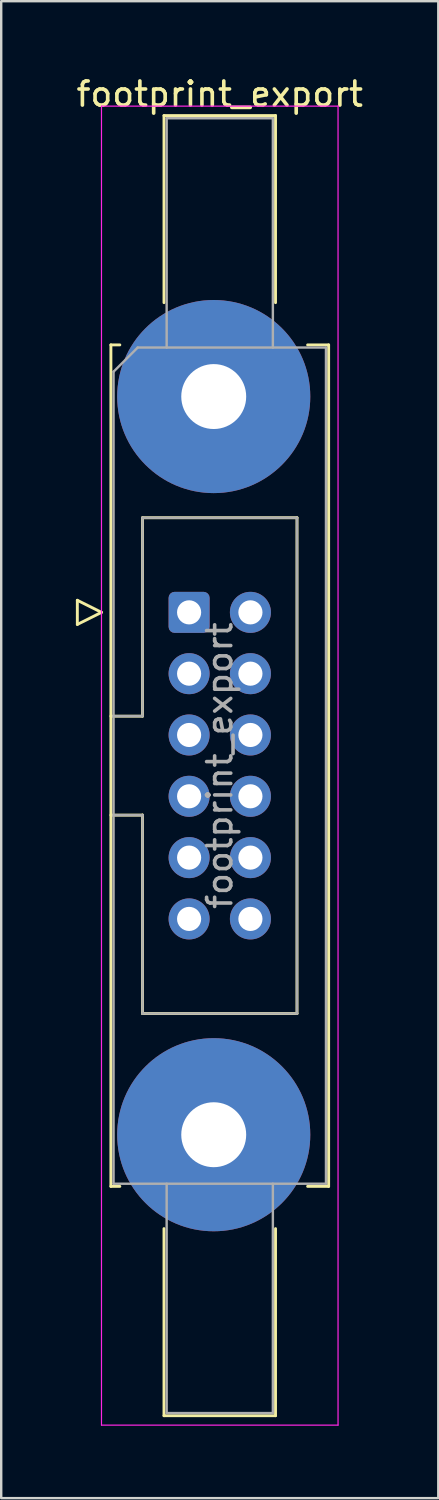
<source format=kicad_pcb>
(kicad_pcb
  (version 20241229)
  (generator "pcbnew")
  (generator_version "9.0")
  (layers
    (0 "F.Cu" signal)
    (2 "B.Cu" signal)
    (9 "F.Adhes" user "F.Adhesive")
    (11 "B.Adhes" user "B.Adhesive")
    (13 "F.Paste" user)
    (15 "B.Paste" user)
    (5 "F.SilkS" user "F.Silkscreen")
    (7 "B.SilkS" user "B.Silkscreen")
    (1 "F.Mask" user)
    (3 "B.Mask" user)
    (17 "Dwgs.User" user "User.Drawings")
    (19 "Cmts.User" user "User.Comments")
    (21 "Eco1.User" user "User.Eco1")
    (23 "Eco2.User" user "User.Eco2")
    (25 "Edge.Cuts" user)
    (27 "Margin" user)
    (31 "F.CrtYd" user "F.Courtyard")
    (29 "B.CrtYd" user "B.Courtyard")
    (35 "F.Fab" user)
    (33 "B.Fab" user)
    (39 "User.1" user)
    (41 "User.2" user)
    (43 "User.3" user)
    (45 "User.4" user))
  (footprint "footprint_export"
    (layer "F.Cu")
    (at 4.784 22.318)
    (property "Reference" "footprint_export" (at 1.27 -21.47 0) (layer "F.SilkS") (effects (font (size 1 1) (thickness 0.15))))
    (attr through_hole)
    (fp_line (start -4.63 -0.5) (end -4.63 0.5) (stroke (width 0.12) (type solid)) (layer "F.SilkS"))
    (fp_line (start -4.63 0.5) (end -3.63 0) (stroke (width 0.12) (type solid)) (layer "F.SilkS"))
    (fp_line (start -3.63 0) (end -4.63 -0.5) (stroke (width 0.12) (type solid)) (layer "F.SilkS"))
    (fp_line (start -3.24 -11.08) (end -3.24 23.78) (stroke (width 0.12) (type solid)) (layer "F.SilkS"))
    (fp_line (start -3.24 4.3) (end -1.93 4.3) (stroke (width 0.12) (type solid)) (layer "F.SilkS"))
    (fp_line (start -3.24 23.78) (end -2.87 23.78) (stroke (width 0.12) (type solid)) (layer "F.SilkS"))
    (fp_line (start -2.87 -11.08) (end -3.24 -11.08) (stroke (width 0.12) (type solid)) (layer "F.SilkS"))
    (fp_line (start -1.93 -3.92) (end 4.47 -3.92) (stroke (width 0.12) (type solid)) (layer "F.SilkS"))
    (fp_line (start -1.93 4.3) (end -1.93 -3.92) (stroke (width 0.12) (type solid)) (layer "F.SilkS"))
    (fp_line (start -1.93 8.4) (end -3.24 8.4) (stroke (width 0.12) (type solid)) (layer "F.SilkS"))
    (fp_line (start -1.93 8.4) (end -1.93 8.4) (stroke (width 0.12) (type solid)) (layer "F.SilkS"))
    (fp_line (start -1.93 16.62) (end -1.93 8.4) (stroke (width 0.12) (type solid)) (layer "F.SilkS"))
    (fp_line (start -1.04 -20.58) (end 3.58 -20.58) (stroke (width 0.12) (type solid)) (layer "F.SilkS"))
    (fp_line (start -1.04 -12.83) (end -1.04 -20.58) (stroke (width 0.12) (type solid)) (layer "F.SilkS"))
    (fp_line (start -1.04 25.53) (end -1.04 33.28) (stroke (width 0.12) (type solid)) (layer "F.SilkS"))
    (fp_line (start -1.04 33.28) (end 3.58 33.28) (stroke (width 0.12) (type solid)) (layer "F.SilkS"))
    (fp_line (start 3.58 -20.58) (end 3.58 -12.83) (stroke (width 0.12) (type solid)) (layer "F.SilkS"))
    (fp_line (start 3.58 33.28) (end 3.58 25.53) (stroke (width 0.12) (type solid)) (layer "F.SilkS"))
    (fp_line (start 4.47 -3.92) (end 4.47 16.62) (stroke (width 0.12) (type solid)) (layer "F.SilkS"))
    (fp_line (start 4.47 16.62) (end -1.93 16.62) (stroke (width 0.12) (type solid)) (layer "F.SilkS"))
    (fp_line (start 4.91 -11.08) (end 5.78 -11.08) (stroke (width 0.12) (type solid)) (layer "F.SilkS"))
    (fp_line (start 5.78 -11.08) (end 5.78 23.78) (stroke (width 0.12) (type solid)) (layer "F.SilkS"))
    (fp_line (start 5.78 23.78) (end 4.91 23.78) (stroke (width 0.12) (type solid)) (layer "F.SilkS"))
    (fp_line (start -3.63 -20.97) (end -3.63 33.67) (stroke (width 0.05) (type solid)) (layer "F.CrtYd"))
    (fp_line (start -3.63 33.67) (end 6.17 33.67) (stroke (width 0.05) (type solid)) (layer "F.CrtYd"))
    (fp_line (start 6.17 -20.97) (end -3.63 -20.97) (stroke (width 0.05) (type solid)) (layer "F.CrtYd"))
    (fp_line (start 6.17 33.67) (end 6.17 -20.97) (stroke (width 0.05) (type solid)) (layer "F.CrtYd"))
    (fp_line (start -3.13 -9.97) (end -2.13 -10.97) (stroke (width 0.1) (type solid)) (layer "F.Fab"))
    (fp_line (start -3.13 4.3) (end -1.93 4.3) (stroke (width 0.1) (type solid)) (layer "F.Fab"))
    (fp_line (start -3.13 23.67) (end -3.13 -9.97) (stroke (width 0.1) (type solid)) (layer "F.Fab"))
    (fp_line (start -2.13 -10.97) (end 5.67 -10.97) (stroke (width 0.1) (type solid)) (layer "F.Fab"))
    (fp_line (start -1.93 -3.92) (end 4.47 -3.92) (stroke (width 0.1) (type solid)) (layer "F.Fab"))
    (fp_line (start -1.93 4.3) (end -1.93 -3.92) (stroke (width 0.1) (type solid)) (layer "F.Fab"))
    (fp_line (start -1.93 8.4) (end -3.13 8.4) (stroke (width 0.1) (type solid)) (layer "F.Fab"))
    (fp_line (start -1.93 8.4) (end -1.93 8.4) (stroke (width 0.1) (type solid)) (layer "F.Fab"))
    (fp_line (start -1.93 16.62) (end -1.93 8.4) (stroke (width 0.1) (type solid)) (layer "F.Fab"))
    (fp_line (start -0.93 -20.47) (end 3.47 -20.47) (stroke (width 0.1) (type solid)) (layer "F.Fab"))
    (fp_line (start -0.93 -10.97) (end -0.93 -20.47) (stroke (width 0.1) (type solid)) (layer "F.Fab"))
    (fp_line (start -0.93 23.67) (end -0.93 33.17) (stroke (width 0.1) (type solid)) (layer "F.Fab"))
    (fp_line (start -0.93 33.17) (end 3.47 33.17) (stroke (width 0.1) (type solid)) (layer "F.Fab"))
    (fp_line (start 3.47 -20.47) (end 3.47 -10.97) (stroke (width 0.1) (type solid)) (layer "F.Fab"))
    (fp_line (start 3.47 33.17) (end 3.47 23.67) (stroke (width 0.1) (type solid)) (layer "F.Fab"))
    (fp_line (start 4.47 -3.92) (end 4.47 16.62) (stroke (width 0.1) (type solid)) (layer "F.Fab"))
    (fp_line (start 4.47 16.62) (end -1.93 16.62) (stroke (width 0.1) (type solid)) (layer "F.Fab"))
    (fp_line (start 5.67 -10.97) (end 5.67 23.67) (stroke (width 0.1) (type solid)) (layer "F.Fab"))
    (fp_line (start 5.67 23.67) (end -3.13 23.67) (stroke (width 0.1) (type solid)) (layer "F.Fab"))
    (fp_text user "${REFERENCE}" (at 1.27 6.35 90) (layer "F.Fab") (effects (font (size 1 1) (thickness 0.15))))
    (pad "1" thru_hole roundrect (at 0 0) (size 1.7 1.7) (drill 1) (layers "*.Cu" "*.Mask") (roundrect_rratio 0.147))
    (pad "2" thru_hole circle (at 2.54 0) (size 1.7 1.7) (drill 1) (layers "*.Cu" "*.Mask"))
    (pad "3" thru_hole circle (at 0 2.54) (size 1.7 1.7) (drill 1) (layers "*.Cu" "*.Mask"))
    (pad "4" thru_hole circle (at 2.54 2.54) (size 1.7 1.7) (drill 1) (layers "*.Cu" "*.Mask"))
    (pad "5" thru_hole circle (at 0 5.08) (size 1.7 1.7) (drill 1) (layers "*.Cu" "*.Mask"))
    (pad "6" thru_hole circle (at 2.54 5.08) (size 1.7 1.7) (drill 1) (layers "*.Cu" "*.Mask"))
    (pad "7" thru_hole circle (at 0 7.62) (size 1.7 1.7) (drill 1) (layers "*.Cu" "*.Mask"))
    (pad "8" thru_hole circle (at 2.54 7.62) (size 1.7 1.7) (drill 1) (layers "*.Cu" "*.Mask"))
    (pad "9" thru_hole circle (at 0 10.16) (size 1.7 1.7) (drill 1) (layers "*.Cu" "*.Mask"))
    (pad "10" thru_hole circle (at 2.54 10.16) (size 1.7 1.7) (drill 1) (layers "*.Cu" "*.Mask"))
    (pad "11" thru_hole circle (at 0 12.7) (size 1.7 1.7) (drill 1) (layers "*.Cu" "*.Mask"))
    (pad "12" thru_hole circle (at 2.54 12.7) (size 1.7 1.7) (drill 1) (layers "*.Cu" "*.Mask"))
    (pad "MP" thru_hole circle (at 1.02 -8.94) (size 8 8) (drill 2.69) (layers "*.Cu" "*.Mask"))
    (pad "MP" thru_hole circle (at 1.02 21.64) (size 8 8) (drill 2.69) (layers "*.Cu" "*.Mask")))
  (gr_rect
    (start -3 -3)
    (end 15.107 59.013)
    (stroke (width 0.1) (type default))
    (fill no)
    (layer "Edge.Cuts")))
</source>
